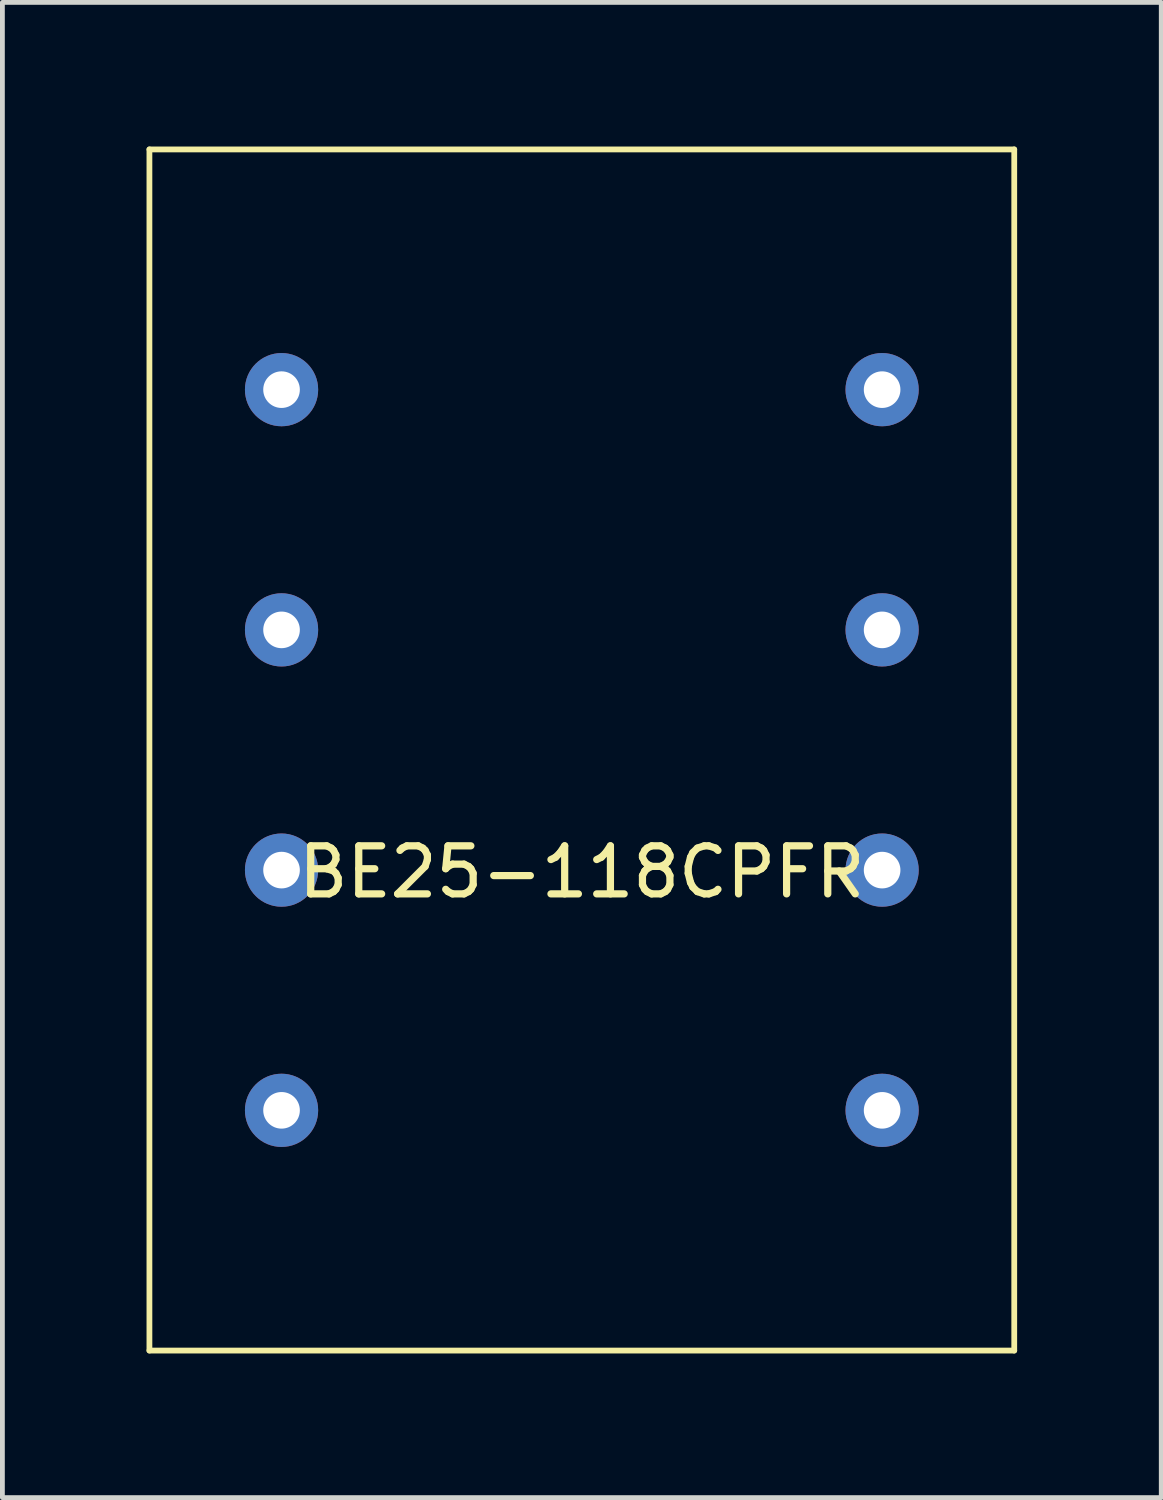
<source format=kicad_pcb>
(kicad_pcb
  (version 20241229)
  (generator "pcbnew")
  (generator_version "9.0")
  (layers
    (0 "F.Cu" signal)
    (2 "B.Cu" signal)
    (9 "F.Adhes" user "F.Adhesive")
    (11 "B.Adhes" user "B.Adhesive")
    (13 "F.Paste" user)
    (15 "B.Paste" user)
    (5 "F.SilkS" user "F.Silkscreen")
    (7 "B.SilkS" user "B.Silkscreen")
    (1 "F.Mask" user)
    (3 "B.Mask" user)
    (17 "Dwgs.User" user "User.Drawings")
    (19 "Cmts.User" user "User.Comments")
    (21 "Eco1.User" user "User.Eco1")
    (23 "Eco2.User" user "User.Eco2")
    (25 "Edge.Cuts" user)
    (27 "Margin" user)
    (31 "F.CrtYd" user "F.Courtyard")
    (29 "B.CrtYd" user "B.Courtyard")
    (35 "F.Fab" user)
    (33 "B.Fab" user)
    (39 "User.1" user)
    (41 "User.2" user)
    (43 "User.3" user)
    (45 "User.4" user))
  (footprint "BE25-118CPFR"
    (layer "F.Cu")
    (at 9.06 12.56)
    (property "Reference" "BE25-118CPFR" (at 0 2.54 0) (layer "F.SilkS") (effects (font (size 1 1) (thickness 0.15))))
    (attr through_hole)
    (fp_line (start -9 -12.5) (end -9 12.5) (stroke (width 0.12) (type solid)) (layer "F.SilkS"))
    (fp_line (start -9 -12.5) (end 9 -12.5) (stroke (width 0.12) (type solid)) (layer "F.SilkS"))
    (fp_line (start -9 12.5) (end 9 12.5) (stroke (width 0.12) (type solid)) (layer "F.SilkS"))
    (fp_line (start 9 -12.5) (end 9 12.5) (stroke (width 0.12) (type solid)) (layer "F.SilkS"))
    (pad "1" thru_hole circle (at -6.25 -7.5) (size 1.524 1.524) (drill 0.762) (layers "*.Cu" "*.Mask"))
    (pad "2" thru_hole circle (at -6.25 -2.5) (size 1.524 1.524) (drill 0.762) (layers "*.Cu" "*.Mask"))
    (pad "3" thru_hole circle (at -6.25 2.5) (size 1.524 1.524) (drill 0.762) (layers "*.Cu" "*.Mask"))
    (pad "4" thru_hole circle (at -6.25 7.5) (size 1.524 1.524) (drill 0.762) (layers "*.Cu" "*.Mask"))
    (pad "5" thru_hole circle (at 6.25 -7.5) (size 1.524 1.524) (drill 0.762) (layers "*.Cu" "*.Mask"))
    (pad "6" thru_hole circle (at 6.25 -2.5) (size 1.524 1.524) (drill 0.762) (layers "*.Cu" "*.Mask"))
    (pad "7" thru_hole circle (at 6.25 2.5) (size 1.524 1.524) (drill 0.762) (layers "*.Cu" "*.Mask"))
    (pad "8" thru_hole circle (at 6.25 7.5) (size 1.524 1.524) (drill 0.762) (layers "*.Cu" "*.Mask")))
  (gr_rect
    (start -3 -3)
    (end 21.12 28.12)
    (stroke (width 0.1) (type default))
    (fill no)
    (layer "Edge.Cuts")))
</source>
